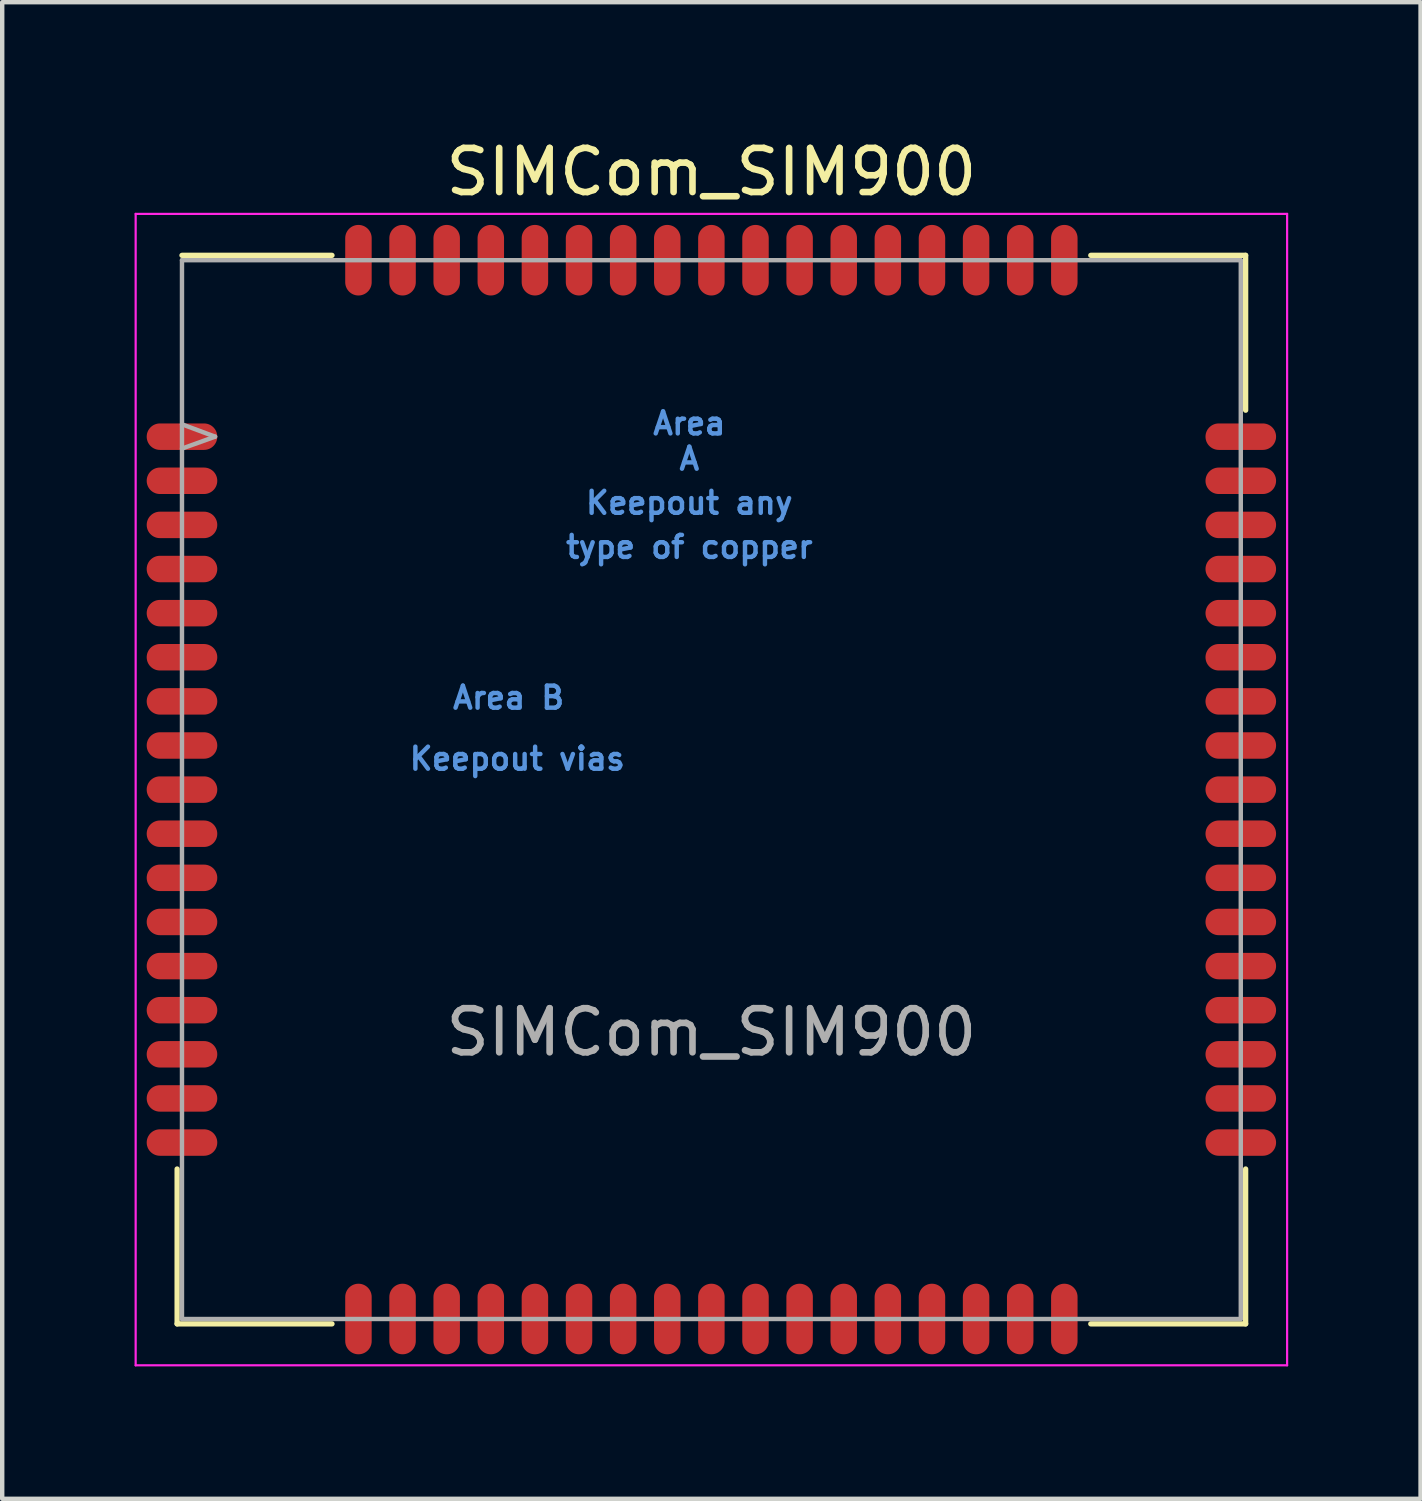
<source format=kicad_pcb>
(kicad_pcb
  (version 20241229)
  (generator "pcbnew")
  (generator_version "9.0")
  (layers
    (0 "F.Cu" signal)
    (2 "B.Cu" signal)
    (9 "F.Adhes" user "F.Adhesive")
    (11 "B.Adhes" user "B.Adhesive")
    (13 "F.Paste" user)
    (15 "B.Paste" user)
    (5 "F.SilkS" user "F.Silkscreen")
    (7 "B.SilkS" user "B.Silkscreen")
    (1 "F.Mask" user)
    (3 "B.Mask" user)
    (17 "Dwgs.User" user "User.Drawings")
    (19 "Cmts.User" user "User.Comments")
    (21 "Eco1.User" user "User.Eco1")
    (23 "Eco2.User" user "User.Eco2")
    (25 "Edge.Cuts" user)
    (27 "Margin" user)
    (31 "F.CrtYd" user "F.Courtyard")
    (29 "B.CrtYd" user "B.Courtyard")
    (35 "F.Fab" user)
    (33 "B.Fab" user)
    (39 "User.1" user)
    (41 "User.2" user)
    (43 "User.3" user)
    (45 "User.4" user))
  (footprint "SIMCom_SIM900"
    (layer "F.Cu")
    (at 13.075 14.848)
    (property "Reference" "SIMCom_SIM900" (at 0 -14 0) (layer "F.SilkS") (effects (font (size 1 1) (thickness 0.15))))
    (attr smd)
    (fp_line (start -12.11 8.6) (end -12.11 12.11) (stroke (width 0.12) (type solid)) (layer "F.SilkS"))
    (fp_line (start -12.11 12.11) (end -8.6 12.11) (stroke (width 0.12) (type solid)) (layer "F.SilkS"))
    (fp_line (start -12 -12.11) (end -8.6 -12.11) (stroke (width 0.12) (type solid)) (layer "F.SilkS"))
    (fp_line (start 8.6 -12.11) (end 12.11 -12.11) (stroke (width 0.12) (type solid)) (layer "F.SilkS"))
    (fp_line (start 8.6 12.11) (end 12.11 12.11) (stroke (width 0.12) (type solid)) (layer "F.SilkS"))
    (fp_line (start 12.11 -12.11) (end 12.11 -8.6) (stroke (width 0.12) (type solid)) (layer "F.SilkS"))
    (fp_line (start 12.11 8.6) (end 12.11 12.11) (stroke (width 0.12) (type solid)) (layer "F.SilkS"))
    (fp_line (start -13.05 -13.05) (end 13.05 -13.05) (stroke (width 0.05) (type solid)) (layer "F.CrtYd"))
    (fp_line (start -13.05 13.05) (end -13.05 -13.05) (stroke (width 0.05) (type solid)) (layer "F.CrtYd"))
    (fp_line (start 13.05 -13.05) (end 13.05 13.05) (stroke (width 0.05) (type solid)) (layer "F.CrtYd"))
    (fp_line (start 13.05 13.05) (end -13.05 13.05) (stroke (width 0.05) (type solid)) (layer "F.CrtYd"))
    (fp_line (start -12 -12) (end 12 -12) (stroke (width 0.1) (type solid)) (layer "F.Fab"))
    (fp_line (start -12 -8.28) (end -11.25 -8) (stroke (width 0.1) (type solid)) (layer "F.Fab"))
    (fp_line (start -12 12) (end -12 -12) (stroke (width 0.1) (type solid)) (layer "F.Fab"))
    (fp_line (start -11.25 -8) (end -12 -7.73) (stroke (width 0.1) (type solid)) (layer "F.Fab"))
    (fp_line (start 12 -12) (end 12 12) (stroke (width 0.1) (type solid)) (layer "F.Fab"))
    (fp_line (start 12 12) (end -12 12) (stroke (width 0.1) (type solid)) (layer "F.Fab"))
    (fp_text user "Keepout vias" (at -4.4 -0.7 0) (layer "Cmts.User") (effects (font (size 0.5 0.5) (thickness 0.1))))
    (fp_text user "Area B" (at -4.597 -2.083 0) (layer "Cmts.User") (effects (font (size 0.5 0.5) (thickness 0.1))))
    (fp_text user "Area" (at -0.5 -8.3 0) (layer "Cmts.User") (effects (font (size 0.5 0.5) (thickness 0.1))))
    (fp_text user "Keepout any" (at -0.5 -6.5 0) (layer "Cmts.User") (effects (font (size 0.5 0.5) (thickness 0.1))))
    (fp_text user "A" (at -0.5 -7.5 0) (layer "Cmts.User") (effects (font (size 0.5 0.5) (thickness 0.1))))
    (fp_text user "type of copper" (at -0.5 -5.5 0) (layer "Cmts.User") (effects (font (size 0.5 0.5) (thickness 0.1))))
    (fp_text user "${REFERENCE}" (at 0 5.5 0) (layer "F.Fab") (effects (font (size 1 1) (thickness 0.15))))
    (pad "1" smd oval (at -12 -8) (size 1.6 0.6) (layers "F.Cu" "F.Mask" "F.Paste"))
    (pad "2" smd oval (at -12 -7) (size 1.6 0.6) (layers "F.Cu" "F.Mask" "F.Paste"))
    (pad "3" smd oval (at -12 -6) (size 1.6 0.6) (layers "F.Cu" "F.Mask" "F.Paste"))
    (pad "4" smd oval (at -12 -5) (size 1.6 0.6) (layers "F.Cu" "F.Mask" "F.Paste"))
    (pad "5" smd oval (at -12 -4) (size 1.6 0.6) (layers "F.Cu" "F.Mask" "F.Paste"))
    (pad "6" smd oval (at -12 -3) (size 1.6 0.6) (layers "F.Cu" "F.Mask" "F.Paste"))
    (pad "7" smd oval (at -12 -2) (size 1.6 0.6) (layers "F.Cu" "F.Mask" "F.Paste"))
    (pad "8" smd oval (at -12 -1) (size 1.6 0.6) (layers "F.Cu" "F.Mask" "F.Paste"))
    (pad "9" smd oval (at -12 0) (size 1.6 0.6) (layers "F.Cu" "F.Mask" "F.Paste"))
    (pad "10" smd oval (at -12 1) (size 1.6 0.6) (layers "F.Cu" "F.Mask" "F.Paste"))
    (pad "11" smd oval (at -12 2) (size 1.6 0.6) (layers "F.Cu" "F.Mask" "F.Paste"))
    (pad "12" smd oval (at -12 3) (size 1.6 0.6) (layers "F.Cu" "F.Mask" "F.Paste"))
    (pad "13" smd oval (at -12 4) (size 1.6 0.6) (layers "F.Cu" "F.Mask" "F.Paste"))
    (pad "14" smd oval (at -12 5) (size 1.6 0.6) (layers "F.Cu" "F.Mask" "F.Paste"))
    (pad "15" smd oval (at -12 6) (size 1.6 0.6) (layers "F.Cu" "F.Mask" "F.Paste"))
    (pad "16" smd oval (at -12 7) (size 1.6 0.6) (layers "F.Cu" "F.Mask" "F.Paste"))
    (pad "17" smd oval (at -12 8) (size 1.6 0.6) (layers "F.Cu" "F.Mask" "F.Paste"))
    (pad "18" smd oval (at -8 12) (size 0.6 1.6) (layers "F.Cu" "F.Mask" "F.Paste"))
    (pad "19" smd oval (at -7 12) (size 0.6 1.6) (layers "F.Cu" "F.Mask" "F.Paste"))
    (pad "20" smd oval (at -6 12) (size 0.6 1.6) (layers "F.Cu" "F.Mask" "F.Paste"))
    (pad "21" smd oval (at -5 12) (size 0.6 1.6) (layers "F.Cu" "F.Mask" "F.Paste"))
    (pad "22" smd oval (at -4 12) (size 0.6 1.6) (layers "F.Cu" "F.Mask" "F.Paste"))
    (pad "23" smd oval (at -3 12) (size 0.6 1.6) (layers "F.Cu" "F.Mask" "F.Paste"))
    (pad "24" smd oval (at -2 12) (size 0.6 1.6) (layers "F.Cu" "F.Mask" "F.Paste"))
    (pad "25" smd oval (at -1 12) (size 0.6 1.6) (layers "F.Cu" "F.Mask" "F.Paste"))
    (pad "26" smd oval (at 0 12) (size 0.6 1.6) (layers "F.Cu" "F.Mask" "F.Paste"))
    (pad "27" smd oval (at 1 12) (size 0.6 1.6) (layers "F.Cu" "F.Mask" "F.Paste"))
    (pad "28" smd oval (at 2 12) (size 0.6 1.6) (layers "F.Cu" "F.Mask" "F.Paste"))
    (pad "29" smd oval (at 3 12) (size 0.6 1.6) (layers "F.Cu" "F.Mask" "F.Paste"))
    (pad "30" smd oval (at 4 12) (size 0.6 1.6) (layers "F.Cu" "F.Mask" "F.Paste"))
    (pad "31" smd oval (at 5 12) (size 0.6 1.6) (layers "F.Cu" "F.Mask" "F.Paste"))
    (pad "32" smd oval (at 6 12) (size 0.6 1.6) (layers "F.Cu" "F.Mask" "F.Paste"))
    (pad "33" smd oval (at 7 12) (size 0.6 1.6) (layers "F.Cu" "F.Mask" "F.Paste"))
    (pad "34" smd oval (at 8 12) (size 0.6 1.6) (layers "F.Cu" "F.Mask" "F.Paste"))
    (pad "35" smd oval (at 12 8) (size 1.6 0.6) (layers "F.Cu" "F.Mask" "F.Paste"))
    (pad "36" smd oval (at 12 7) (size 1.6 0.6) (layers "F.Cu" "F.Mask" "F.Paste"))
    (pad "37" smd oval (at 12 6) (size 1.6 0.6) (layers "F.Cu" "F.Mask" "F.Paste"))
    (pad "38" smd oval (at 12 5) (size 1.6 0.6) (layers "F.Cu" "F.Mask" "F.Paste"))
    (pad "39" smd oval (at 12 4) (size 1.6 0.6) (layers "F.Cu" "F.Mask" "F.Paste"))
    (pad "40" smd oval (at 12 3) (size 1.6 0.6) (layers "F.Cu" "F.Mask" "F.Paste"))
    (pad "41" smd oval (at 12 2) (size 1.6 0.6) (layers "F.Cu" "F.Mask" "F.Paste"))
    (pad "42" smd oval (at 12 1) (size 1.6 0.6) (layers "F.Cu" "F.Mask" "F.Paste"))
    (pad "43" smd oval (at 12 0) (size 1.6 0.6) (layers "F.Cu" "F.Mask" "F.Paste"))
    (pad "44" smd oval (at 12 -1) (size 1.6 0.6) (layers "F.Cu" "F.Mask" "F.Paste"))
    (pad "45" smd oval (at 12 -2) (size 1.6 0.6) (layers "F.Cu" "F.Mask" "F.Paste"))
    (pad "46" smd oval (at 12 -3) (size 1.6 0.6) (layers "F.Cu" "F.Mask" "F.Paste"))
    (pad "47" smd oval (at 12 -4) (size 1.6 0.6) (layers "F.Cu" "F.Mask" "F.Paste"))
    (pad "48" smd oval (at 12 -5) (size 1.6 0.6) (layers "F.Cu" "F.Mask" "F.Paste"))
    (pad "49" smd oval (at 12 -6) (size 1.6 0.6) (layers "F.Cu" "F.Mask" "F.Paste"))
    (pad "50" smd oval (at 12 -7) (size 1.6 0.6) (layers "F.Cu" "F.Mask" "F.Paste"))
    (pad "51" smd oval (at 12 -8) (size 1.6 0.6) (layers "F.Cu" "F.Mask" "F.Paste"))
    (pad "52" smd oval (at 8 -12) (size 0.6 1.6) (layers "F.Cu" "F.Mask" "F.Paste"))
    (pad "53" smd oval (at 7 -12) (size 0.6 1.6) (layers "F.Cu" "F.Mask" "F.Paste"))
    (pad "54" smd oval (at 6 -12) (size 0.6 1.6) (layers "F.Cu" "F.Mask" "F.Paste"))
    (pad "55" smd oval (at 5 -12) (size 0.6 1.6) (layers "F.Cu" "F.Mask" "F.Paste"))
    (pad "56" smd oval (at 4 -12) (size 0.6 1.6) (layers "F.Cu" "F.Mask" "F.Paste"))
    (pad "57" smd oval (at 3 -12) (size 0.6 1.6) (layers "F.Cu" "F.Mask" "F.Paste"))
    (pad "58" smd oval (at 2 -12) (size 0.6 1.6) (layers "F.Cu" "F.Mask" "F.Paste"))
    (pad "59" smd oval (at 1 -12) (size 0.6 1.6) (layers "F.Cu" "F.Mask" "F.Paste"))
    (pad "60" smd oval (at 0 -12) (size 0.6 1.6) (layers "F.Cu" "F.Mask" "F.Paste"))
    (pad "61" smd oval (at -1 -12) (size 0.6 1.6) (layers "F.Cu" "F.Mask" "F.Paste"))
    (pad "62" smd oval (at -2 -12) (size 0.6 1.6) (layers "F.Cu" "F.Mask" "F.Paste"))
    (pad "63" smd oval (at -3 -12) (size 0.6 1.6) (layers "F.Cu" "F.Mask" "F.Paste"))
    (pad "64" smd oval (at -4 -12) (size 0.6 1.6) (layers "F.Cu" "F.Mask" "F.Paste"))
    (pad "65" smd oval (at -5 -12) (size 0.6 1.6) (layers "F.Cu" "F.Mask" "F.Paste"))
    (pad "66" smd oval (at -6 -12) (size 0.6 1.6) (layers "F.Cu" "F.Mask" "F.Paste"))
    (pad "67" smd oval (at -7 -12) (size 0.6 1.6) (layers "F.Cu" "F.Mask" "F.Paste"))
    (pad "68" smd oval (at -8 -12) (size 0.6 1.6) (layers "F.Cu" "F.Mask" "F.Paste"))
    (zone (net_name "") (layer "F.Cu") (hatch full 0.508) (connect_pads) (min_thickness 0.254) (filled_areas_thickness no) (keepout (tracks allowed) (vias not_allowed) (pads not_allowed) (copperpour allowed) (footprints allowed)) (placement (enabled no)) (fill) (polygon (pts (xy 5.775 12.048) (xy 11.375 12.048) (xy 11.375 17.648) (xy 5.775 17.648))))
    (zone (net_name "") (layer "F.Cu") (hatch full 0.508) (connect_pads) (min_thickness 0.254) (filled_areas_thickness no) (keepout (tracks not_allowed) (vias not_allowed) (pads not_allowed) (copperpour not_allowed) (footprints not_allowed)) (placement (enabled no)) (fill) (polygon (pts (xy 13.58 6.848) (xy 13.561 6.653) (xy 13.504 6.465) (xy 13.412 6.292) (xy 13.288 6.14) (xy 13.137 6.015) (xy 12.964 5.922) (xy 12.777 5.864) (xy 12.582 5.843) (xy 12.387 5.861) (xy 12.199 5.917) (xy 12.025 6.007) (xy 11.872 6.13) (xy 11.746 6.281) (xy 11.651 6.452) (xy 11.592 6.639) (xy 11.57 6.834) (xy 11.587 7.03) (xy 11.641 7.218) (xy 11.73 7.393) (xy 11.852 7.546) (xy 12.002 7.673) (xy 12.173 7.769) (xy 12.359 7.83) (xy 12.554 7.853) (xy 12.749 7.838) (xy 12.938 7.785) (xy 13.113 7.697) (xy 13.268 7.576) (xy 13.396 7.427) (xy 13.493 7.257) (xy 13.555 7.071) (xy 13.579 6.876)))))
  (gr_rect
    (start -3 -3)
    (end 29.15 30.923)
    (stroke (width 0.1) (type default))
    (fill no)
    (layer "Edge.Cuts")))
</source>
